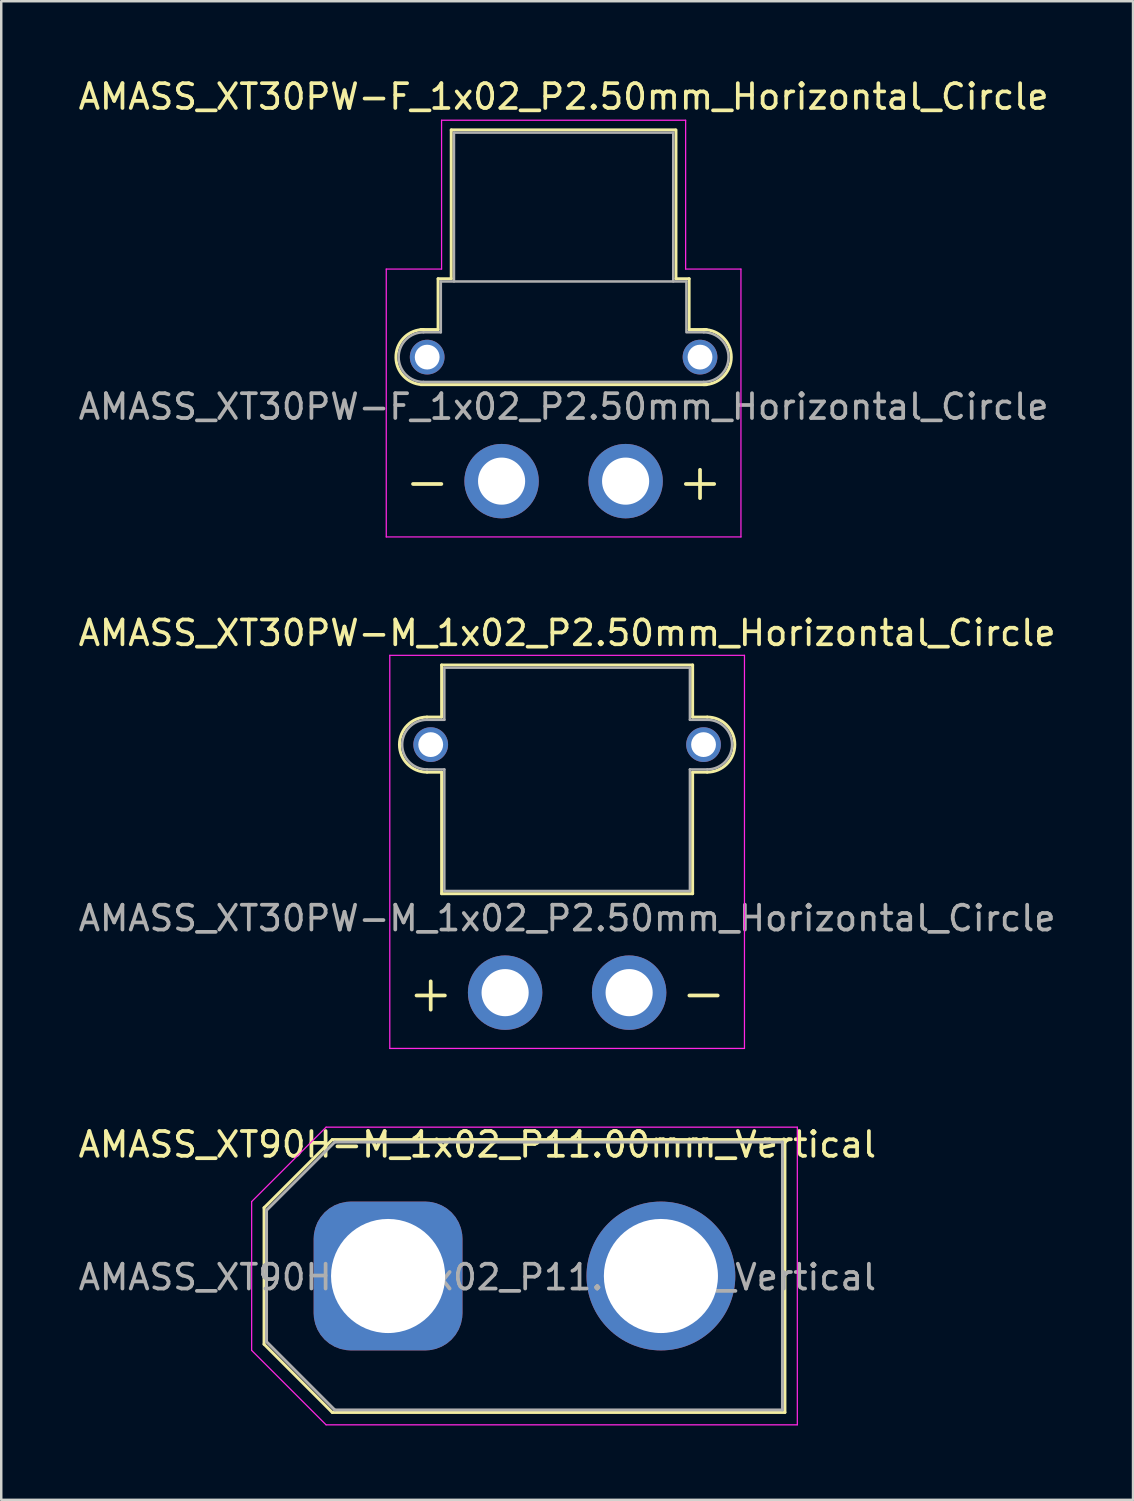
<source format=kicad_pcb>
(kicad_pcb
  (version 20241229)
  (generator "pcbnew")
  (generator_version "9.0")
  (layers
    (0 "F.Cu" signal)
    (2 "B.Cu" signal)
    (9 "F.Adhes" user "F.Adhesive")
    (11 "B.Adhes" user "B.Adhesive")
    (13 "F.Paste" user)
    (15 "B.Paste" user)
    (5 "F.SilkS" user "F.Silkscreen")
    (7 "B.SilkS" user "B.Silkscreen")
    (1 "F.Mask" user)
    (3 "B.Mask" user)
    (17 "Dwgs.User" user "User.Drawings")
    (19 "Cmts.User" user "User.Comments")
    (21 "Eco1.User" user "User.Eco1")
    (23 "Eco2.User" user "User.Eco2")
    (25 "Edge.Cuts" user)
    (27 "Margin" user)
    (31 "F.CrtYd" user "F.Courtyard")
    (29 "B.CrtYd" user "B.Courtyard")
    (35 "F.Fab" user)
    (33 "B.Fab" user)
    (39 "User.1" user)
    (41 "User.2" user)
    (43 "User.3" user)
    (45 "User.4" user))
  (footprint "AMASS_XT90H-M_1x02_P11.00mm_Vertical"
    (layer "F.Cu")
    (at 12.596 48.395)
    (property "Reference" "AMASS_XT90H-M_1x02_P11.00mm_Vertical" (at 3.6 -5.3 180) (layer "F.SilkS") (effects (font (size 1 1) (thickness 0.15))))
    (attr through_hole)
    (fp_line (start -5 -2.75) (end -5 2.75) (stroke (width 0.12) (type solid)) (layer "F.SilkS"))
    (fp_line (start -5 2.75) (end -2.25 5.5) (stroke (width 0.12) (type solid)) (layer "F.SilkS"))
    (fp_line (start -2.25 -5.5) (end -5 -2.75) (stroke (width 0.12) (type solid)) (layer "F.SilkS"))
    (fp_line (start -2.25 5.5) (end 16 5.5) (stroke (width 0.12) (type solid)) (layer "F.SilkS"))
    (fp_line (start 16 -5.5) (end -2.25 -5.5) (stroke (width 0.12) (type solid)) (layer "F.SilkS"))
    (fp_line (start 16 5.5) (end 16 -5.5) (stroke (width 0.12) (type solid)) (layer "F.SilkS"))
    (fp_line (start -5.5 -3) (end -2.5 -6) (stroke (width 0.05) (type solid)) (layer "F.CrtYd"))
    (fp_line (start -5.5 3) (end -5.5 -3) (stroke (width 0.05) (type solid)) (layer "F.CrtYd"))
    (fp_line (start -2.5 -6) (end 16.5 -6) (stroke (width 0.05) (type solid)) (layer "F.CrtYd"))
    (fp_line (start -2.5 6) (end -5.5 3) (stroke (width 0.05) (type solid)) (layer "F.CrtYd"))
    (fp_line (start 16.5 -6) (end 16.5 6) (stroke (width 0.05) (type solid)) (layer "F.CrtYd"))
    (fp_line (start 16.5 6) (end -2.5 6) (stroke (width 0.05) (type solid)) (layer "F.CrtYd"))
    (fp_line (start -4.9 -2.65) (end -4.9 2.65) (stroke (width 0.12) (type solid)) (layer "F.Fab"))
    (fp_line (start -4.9 2.65) (end -2.15 5.4) (stroke (width 0.12) (type solid)) (layer "F.Fab"))
    (fp_line (start -2.15 -5.4) (end -4.9 -2.65) (stroke (width 0.12) (type solid)) (layer "F.Fab"))
    (fp_line (start -2.15 5.4) (end 15.9 5.4) (stroke (width 0.12) (type solid)) (layer "F.Fab"))
    (fp_line (start 15.9 -5.4) (end -2.15 -5.4) (stroke (width 0.12) (type solid)) (layer "F.Fab"))
    (fp_line (start 15.9 5.4) (end 15.9 -5.4) (stroke (width 0.12) (type solid)) (layer "F.Fab"))
    (fp_text user "${REFERENCE}" (at 3.6 0.05 0) (layer "F.Fab") (effects (font (size 1 1) (thickness 0.15))))
    (pad "1" thru_hole roundrect (at 0 0) (size 6 6) (drill 4.6) (layers "*.Cu" "*.Mask") (roundrect_rratio 0.25))
    (pad "2" thru_hole circle (at 11 0) (size 6 6) (drill 4.6) (layers "*.Cu" "*.Mask")))
  (footprint "AMASS_XT30PW-M_1x02_P2.50mm_Horizontal_Circle"
    (layer "F.Cu")
    (at 22.315 36.971)
    (property "Reference" "AMASS_XT30PW-M_1x02_P2.50mm_Horizontal_Circle" (at -2.5 -14.5 0) (layer "F.SilkS") (effects (font (size 1 1) (thickness 0.15))))
    (attr through_hole)
    (fp_line (start -8.15 -11.11) (end -7.56 -11.11) (stroke (width 0.12) (type solid)) (layer "F.SilkS"))
    (fp_line (start -8.15 -8.89) (end -7.56 -8.89) (stroke (width 0.12) (type solid)) (layer "F.SilkS"))
    (fp_line (start -7.56 -13.21) (end -7.56 -11.11) (stroke (width 0.12) (type solid)) (layer "F.SilkS"))
    (fp_line (start -7.56 -13.21) (end 2.56 -13.21) (stroke (width 0.12) (type solid)) (layer "F.SilkS"))
    (fp_line (start -7.56 -8.89) (end -7.56 -3.99) (stroke (width 0.12) (type solid)) (layer "F.SilkS"))
    (fp_line (start -7.56 -3.99) (end 2.56 -3.99) (stroke (width 0.12) (type solid)) (layer "F.SilkS"))
    (fp_line (start 2.56 -13.21) (end 2.56 -11.11) (stroke (width 0.12) (type solid)) (layer "F.SilkS"))
    (fp_line (start 2.56 -11.11) (end 3.15 -11.11) (stroke (width 0.12) (type solid)) (layer "F.SilkS"))
    (fp_line (start 2.56 -8.89) (end 2.56 -3.99) (stroke (width 0.12) (type solid)) (layer "F.SilkS"))
    (fp_line (start 2.56 -8.89) (end 3.15 -8.89) (stroke (width 0.12) (type solid)) (layer "F.SilkS"))
    (fp_arc (start -8.15 -8.89) (mid -9.26 -10) (end -8.15 -11.11) (stroke (width 0.12) (type solid)) (layer "F.SilkS"))
    (fp_arc (start 3.15 -11.11) (mid 4.26 -10) (end 3.15 -8.89) (stroke (width 0.12) (type solid)) (layer "F.SilkS"))
    (fp_line (start -9.65 -13.6) (end -9.65 2.25) (stroke (width 0.05) (type solid)) (layer "F.CrtYd"))
    (fp_line (start -9.65 -13.6) (end 4.65 -13.6) (stroke (width 0.05) (type solid)) (layer "F.CrtYd"))
    (fp_line (start -9.65 2.25) (end 4.65 2.25) (stroke (width 0.05) (type solid)) (layer "F.CrtYd"))
    (fp_line (start 4.65 -13.6) (end 4.65 2.25) (stroke (width 0.05) (type solid)) (layer "F.CrtYd"))
    (fp_line (start -8.15 -11) (end -7.45 -11) (stroke (width 0.1) (type solid)) (layer "F.Fab"))
    (fp_line (start -8.15 -9) (end -7.45 -9) (stroke (width 0.1) (type solid)) (layer "F.Fab"))
    (fp_line (start -7.45 -13.1) (end -7.45 -11) (stroke (width 0.1) (type solid)) (layer "F.Fab"))
    (fp_line (start -7.45 -13.1) (end 2.45 -13.1) (stroke (width 0.1) (type solid)) (layer "F.Fab"))
    (fp_line (start -7.45 -9) (end -7.45 -4.1) (stroke (width 0.1) (type solid)) (layer "F.Fab"))
    (fp_line (start -7.45 -4.1) (end 2.45 -4.1) (stroke (width 0.1) (type solid)) (layer "F.Fab"))
    (fp_line (start 2.45 -13.1) (end 2.45 -11) (stroke (width 0.1) (type solid)) (layer "F.Fab"))
    (fp_line (start 2.45 -11) (end 3.15 -11) (stroke (width 0.1) (type solid)) (layer "F.Fab"))
    (fp_line (start 2.45 -9) (end 2.45 -4.1) (stroke (width 0.1) (type solid)) (layer "F.Fab"))
    (fp_line (start 2.45 -9) (end 3.15 -9) (stroke (width 0.1) (type solid)) (layer "F.Fab"))
    (fp_arc (start -8.15 -9) (mid -9.15 -10) (end -8.15 -11) (stroke (width 0.1) (type solid)) (layer "F.Fab"))
    (fp_arc (start 3.15 -11) (mid 4.15 -10) (end 3.15 -9) (stroke (width 0.1) (type solid)) (layer "F.Fab"))
    (fp_text user "-" (at 3 0 0) (layer "F.SilkS") (effects (font (size 1.5 1.5) (thickness 0.15))))
    (fp_text user "+" (at -8 0 0) (layer "F.SilkS") (effects (font (size 1.5 1.5) (thickness 0.15))))
    (fp_text user "${REFERENCE}" (at -2.5 -3 0) (layer "F.Fab") (effects (font (size 1 1) (thickness 0.15))))
    (pad "" thru_hole circle (at -8 -10) (size 1.4 1.4) (drill 1) (layers "*.Cu" "*.Mask"))
    (pad "" thru_hole circle (at 3 -10) (size 1.4 1.4) (drill 1) (layers "*.Cu" "*.Mask"))
    (pad "1" thru_hole circle (at 0 0) (size 3 3) (drill 1.9) (layers "*.Cu" "*.Mask"))
    (pad "2" thru_hole circle (at -5 0) (size 3 3) (drill 1.9) (layers "*.Cu" "*.Mask")))
  (footprint "AMASS_XT30PW-F_1x02_P2.50mm_Horizontal_Circle"
    (layer "F.Cu")
    (at 17.173 16.348)
    (property "Reference" "AMASS_XT30PW-F_1x02_P2.50mm_Horizontal_Circle" (at 2.5 -15.5 0) (layer "F.SilkS") (effects (font (size 1 1) (thickness 0.15))))
    (attr through_hole)
    (fp_line (start -3.26 -6.11) (end -2.56 -6.11) (stroke (width 0.12) (type solid)) (layer "F.SilkS"))
    (fp_line (start -3.26 -3.89) (end 8.26 -3.89) (stroke (width 0.12) (type solid)) (layer "F.SilkS"))
    (fp_line (start -2.56 -8.16) (end -2.56 -6.11) (stroke (width 0.12) (type solid)) (layer "F.SilkS"))
    (fp_line (start -2.56 -8.16) (end -2.03 -8.16) (stroke (width 0.12) (type solid)) (layer "F.SilkS"))
    (fp_line (start -2.03 -14.16) (end -2.03 -8.16) (stroke (width 0.12) (type solid)) (layer "F.SilkS"))
    (fp_line (start -2.03 -14.16) (end 7 -14.16) (stroke (width 0.12) (type solid)) (layer "F.SilkS"))
    (fp_line (start 7.03 -14.16) (end 7.03 -8.16) (stroke (width 0.12) (type solid)) (layer "F.SilkS"))
    (fp_line (start 7.03 -8.16) (end 7.56 -8.16) (stroke (width 0.12) (type solid)) (layer "F.SilkS"))
    (fp_line (start 7.56 -8.16) (end 7.56 -6.11) (stroke (width 0.12) (type solid)) (layer "F.SilkS"))
    (fp_line (start 7.56 -6.11) (end 8.26 -6.11) (stroke (width 0.12) (type solid)) (layer "F.SilkS"))
    (fp_arc (start -3.321729 -3.903365) (mid -4.256653 -5.086124) (end -3.15 -6.11) (stroke (width 0.12) (type solid)) (layer "F.SilkS"))
    (fp_arc (start 8.15 -6.11) (mid 9.26 -5) (end 8.15 -3.89) (stroke (width 0.12) (type solid)) (layer "F.SilkS"))
    (fp_line (start -4.65 -8.55) (end -4.65 2.25) (stroke (width 0.05) (type solid)) (layer "F.CrtYd"))
    (fp_line (start -4.65 -8.55) (end -2.42 -8.55) (stroke (width 0.05) (type solid)) (layer "F.CrtYd"))
    (fp_line (start -4.65 2.25) (end 9.65 2.25) (stroke (width 0.05) (type solid)) (layer "F.CrtYd"))
    (fp_line (start -2.42 -14.55) (end -2.42 -8.55) (stroke (width 0.05) (type solid)) (layer "F.CrtYd"))
    (fp_line (start -2.42 -14.55) (end 7.42 -14.55) (stroke (width 0.05) (type solid)) (layer "F.CrtYd"))
    (fp_line (start 7.42 -14.55) (end 7.42 -8.55) (stroke (width 0.05) (type solid)) (layer "F.CrtYd"))
    (fp_line (start 7.42 -8.55) (end 9.65 -8.55) (stroke (width 0.05) (type solid)) (layer "F.CrtYd"))
    (fp_line (start 9.65 -8.55) (end 9.65 2.25) (stroke (width 0.05) (type solid)) (layer "F.CrtYd"))
    (fp_line (start -3.15 -6) (end -2.45 -6) (stroke (width 0.1) (type solid)) (layer "F.Fab"))
    (fp_line (start -3.15 -4) (end 8.15 -4) (stroke (width 0.1) (type solid)) (layer "F.Fab"))
    (fp_line (start -2.45 -8.05) (end -2.45 -6) (stroke (width 0.1) (type solid)) (layer "F.Fab"))
    (fp_line (start -2.45 -8.05) (end 7.45 -8.05) (stroke (width 0.1) (type solid)) (layer "F.Fab"))
    (fp_line (start -1.92 -14.05) (end -1.92 -8.05) (stroke (width 0.1) (type solid)) (layer "F.Fab"))
    (fp_line (start -1.92 -14.05) (end 6.92 -14.05) (stroke (width 0.1) (type solid)) (layer "F.Fab"))
    (fp_line (start 6.92 -14.05) (end 6.92 -8.05) (stroke (width 0.1) (type solid)) (layer "F.Fab"))
    (fp_line (start 7.45 -8.05) (end 7.45 -6.05) (stroke (width 0.1) (type solid)) (layer "F.Fab"))
    (fp_line (start 7.45 -6) (end 8.15 -6) (stroke (width 0.1) (type solid)) (layer "F.Fab"))
    (fp_arc (start -3.15 -4) (mid -4.15 -5) (end -3.15 -6) (stroke (width 0.1) (type solid)) (layer "F.Fab"))
    (fp_arc (start 8.15 -6) (mid 9.15 -5) (end 8.15 -4) (stroke (width 0.1) (type solid)) (layer "F.Fab"))
    (fp_text user "+" (at 8 0 0) (layer "F.SilkS") (effects (font (size 1.5 1.5) (thickness 0.15))))
    (fp_text user "-" (at -3 0 0) (layer "F.SilkS") (effects (font (size 1.5 1.5) (thickness 0.15))))
    (fp_text user "${REFERENCE}" (at 2.5 -3 0) (layer "F.Fab") (effects (font (size 1 1) (thickness 0.15))))
    (pad "" thru_hole circle (at -3 -5 90) (size 1.4 1.4) (drill 1) (layers "*.Cu" "*.Mask"))
    (pad "" thru_hole circle (at 8 -5) (size 1.4 1.4) (drill 1) (layers "*.Cu" "*.Mask"))
    (pad "1" thru_hole circle (at 0 0) (size 3 3) (drill 1.9) (layers "*.Cu" "*.Mask"))
    (pad "2" thru_hole circle (at 5 0) (size 3 3) (drill 1.9) (layers "*.Cu" "*.Mask")))
  (gr_rect
    (start -3 -3)
    (end 42.631 57.42)
    (stroke (width 0.1) (type default))
    (fill no)
    (layer "Edge.Cuts")))
</source>
